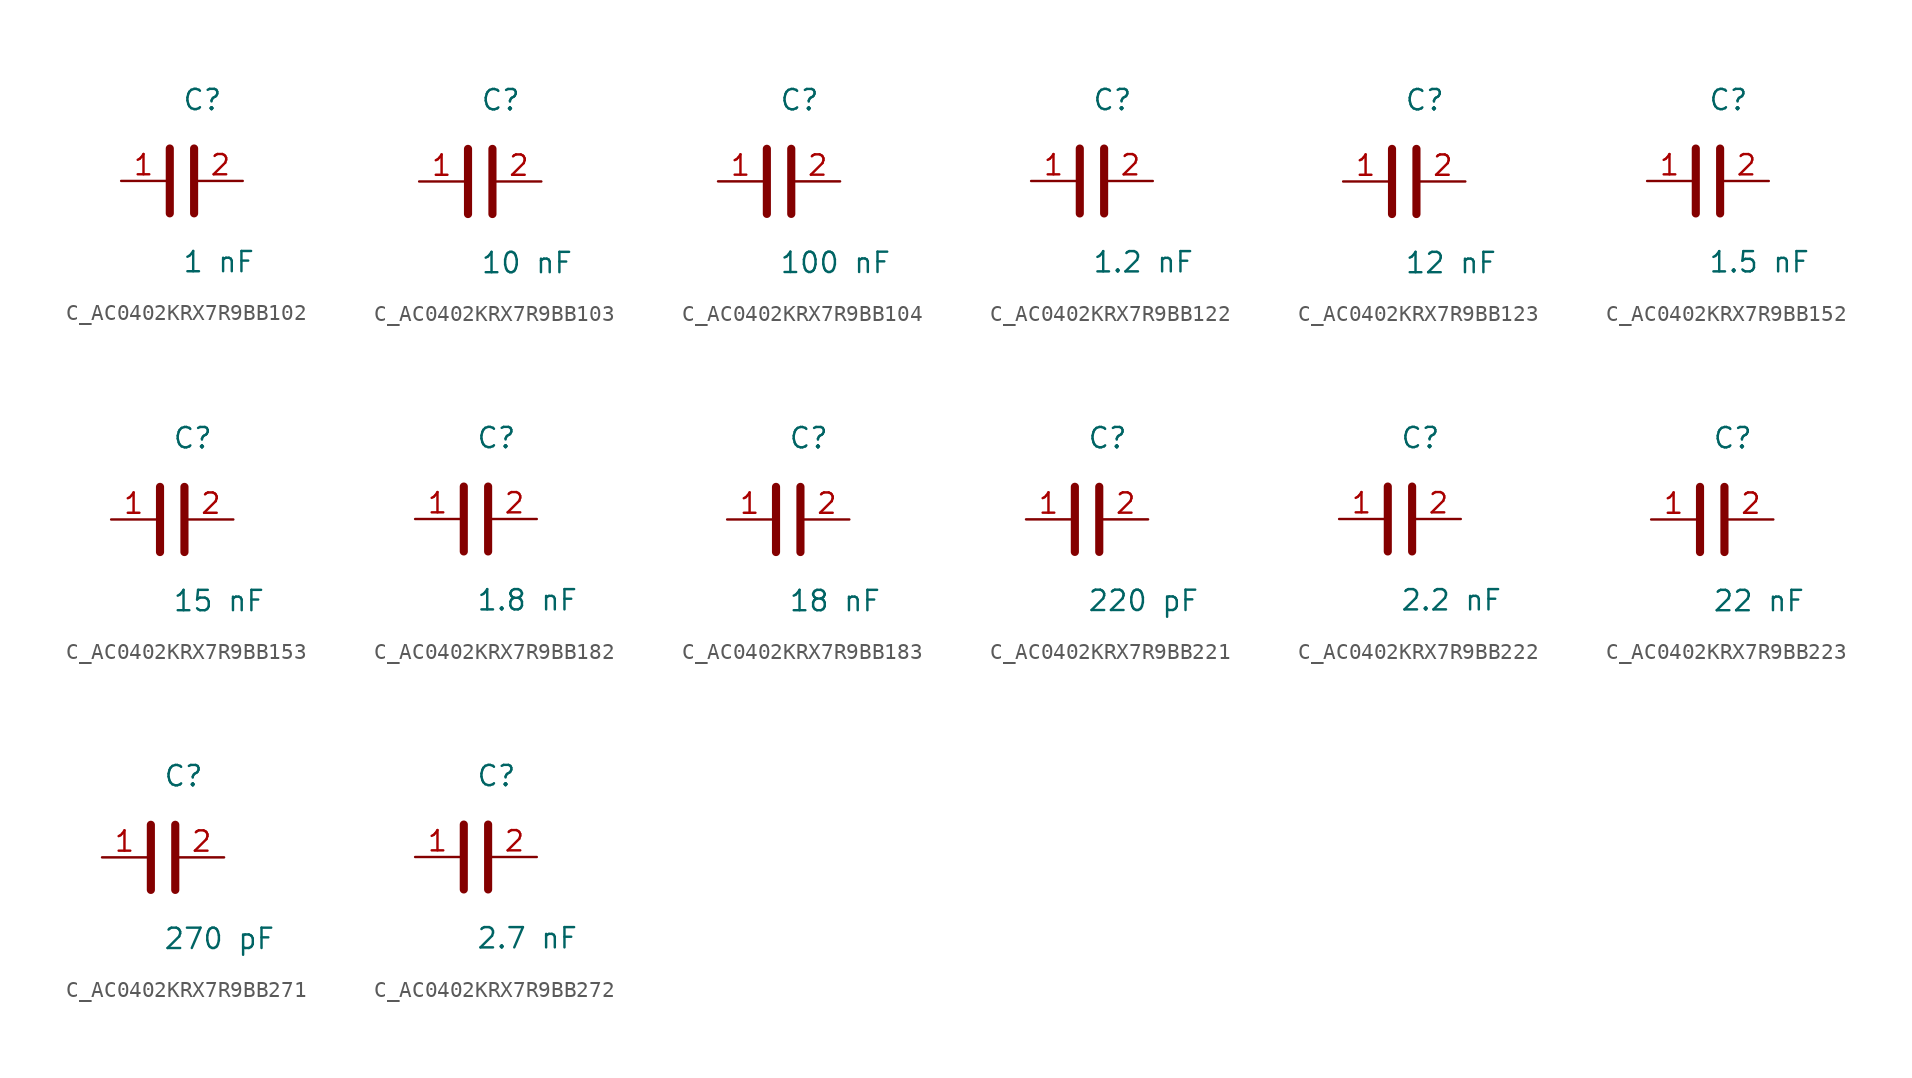
<source format=kicad_sym>
(kicad_symbol_lib
  (version 20231120)
  (generator kicad_symbol_editor)
  (generator_version 8.0)
  (symbol "C_AC0402KRX7R9BB102"
    (pin_names
      (offset 0.254))
    (property "Reference" "C"
      (at 0.0 5.08 0)
      (effects (font (size 1.27 1.27)) (justify left)))
    (property "Value" "1 nF"
      (at 0.0 -5.08 0)
      (effects (font (size 1.27 1.27)) (justify left)))
    (symbol "C_AC0402KRX7R9BB102_0_1"
      (polyline (pts (xy -0.762 -2.032) (xy -0.762 2.032)) (stroke (width 0.508) (type default)) (fill (type none)))
      (polyline (pts (xy 0.762 -2.032) (xy 0.762 2.032)) (stroke (width 0.508) (type default)) (fill (type none))))
    (pin unspecified line
      (at -3.81 0 0)
      (length 2.8)
      (name "" (effects (font (size 1.27 1.27))))
      (number "1" (effects (font (size 1.27 1.27)))))
    (pin unspecified line
      (at 3.81 0 180)
      (length 2.8)
      (name "" (effects (font (size 1.27 1.27))))
      (number "2" (effects (font (size 1.27 1.27))))))
  (symbol "C_AC0402KRX7R9BB103"
    (pin_names
      (offset 0.254))
    (property "Reference" "C"
      (at 0.0 5.08 0)
      (effects (font (size 1.27 1.27)) (justify left)))
    (property "Value" "10 nF"
      (at 0.0 -5.08 0)
      (effects (font (size 1.27 1.27)) (justify left)))
    (symbol "C_AC0402KRX7R9BB103_0_1"
      (polyline (pts (xy -0.762 -2.032) (xy -0.762 2.032)) (stroke (width 0.508) (type default)) (fill (type none)))
      (polyline (pts (xy 0.762 -2.032) (xy 0.762 2.032)) (stroke (width 0.508) (type default)) (fill (type none))))
    (pin unspecified line
      (at -3.81 0 0)
      (length 2.8)
      (name "" (effects (font (size 1.27 1.27))))
      (number "1" (effects (font (size 1.27 1.27)))))
    (pin unspecified line
      (at 3.81 0 180)
      (length 2.8)
      (name "" (effects (font (size 1.27 1.27))))
      (number "2" (effects (font (size 1.27 1.27))))))
  (symbol "C_AC0402KRX7R9BB104"
    (pin_names
      (offset 0.254))
    (property "Reference" "C"
      (at 0.0 5.08 0)
      (effects (font (size 1.27 1.27)) (justify left)))
    (property "Value" "100 nF"
      (at 0.0 -5.08 0)
      (effects (font (size 1.27 1.27)) (justify left)))
    (symbol "C_AC0402KRX7R9BB104_0_1"
      (polyline (pts (xy -0.762 -2.032) (xy -0.762 2.032)) (stroke (width 0.508) (type default)) (fill (type none)))
      (polyline (pts (xy 0.762 -2.032) (xy 0.762 2.032)) (stroke (width 0.508) (type default)) (fill (type none))))
    (pin unspecified line
      (at -3.81 0 0)
      (length 2.8)
      (name "" (effects (font (size 1.27 1.27))))
      (number "1" (effects (font (size 1.27 1.27)))))
    (pin unspecified line
      (at 3.81 0 180)
      (length 2.8)
      (name "" (effects (font (size 1.27 1.27))))
      (number "2" (effects (font (size 1.27 1.27))))))
  (symbol "C_AC0402KRX7R9BB122"
    (pin_names
      (offset 0.254))
    (property "Reference" "C"
      (at 0.0 5.08 0)
      (effects (font (size 1.27 1.27)) (justify left)))
    (property "Value" "1.2 nF"
      (at 0.0 -5.08 0)
      (effects (font (size 1.27 1.27)) (justify left)))
    (symbol "C_AC0402KRX7R9BB122_0_1"
      (polyline (pts (xy -0.762 -2.032) (xy -0.762 2.032)) (stroke (width 0.508) (type default)) (fill (type none)))
      (polyline (pts (xy 0.762 -2.032) (xy 0.762 2.032)) (stroke (width 0.508) (type default)) (fill (type none))))
    (pin unspecified line
      (at -3.81 0 0)
      (length 2.8)
      (name "" (effects (font (size 1.27 1.27))))
      (number "1" (effects (font (size 1.27 1.27)))))
    (pin unspecified line
      (at 3.81 0 180)
      (length 2.8)
      (name "" (effects (font (size 1.27 1.27))))
      (number "2" (effects (font (size 1.27 1.27))))))
  (symbol "C_AC0402KRX7R9BB123"
    (pin_names
      (offset 0.254))
    (property "Reference" "C"
      (at 0.0 5.08 0)
      (effects (font (size 1.27 1.27)) (justify left)))
    (property "Value" "12 nF"
      (at 0.0 -5.08 0)
      (effects (font (size 1.27 1.27)) (justify left)))
    (symbol "C_AC0402KRX7R9BB123_0_1"
      (polyline (pts (xy -0.762 -2.032) (xy -0.762 2.032)) (stroke (width 0.508) (type default)) (fill (type none)))
      (polyline (pts (xy 0.762 -2.032) (xy 0.762 2.032)) (stroke (width 0.508) (type default)) (fill (type none))))
    (pin unspecified line
      (at -3.81 0 0)
      (length 2.8)
      (name "" (effects (font (size 1.27 1.27))))
      (number "1" (effects (font (size 1.27 1.27)))))
    (pin unspecified line
      (at 3.81 0 180)
      (length 2.8)
      (name "" (effects (font (size 1.27 1.27))))
      (number "2" (effects (font (size 1.27 1.27))))))
  (symbol "C_AC0402KRX7R9BB152"
    (pin_names
      (offset 0.254))
    (property "Reference" "C"
      (at 0.0 5.08 0)
      (effects (font (size 1.27 1.27)) (justify left)))
    (property "Value" "1.5 nF"
      (at 0.0 -5.08 0)
      (effects (font (size 1.27 1.27)) (justify left)))
    (symbol "C_AC0402KRX7R9BB152_0_1"
      (polyline (pts (xy -0.762 -2.032) (xy -0.762 2.032)) (stroke (width 0.508) (type default)) (fill (type none)))
      (polyline (pts (xy 0.762 -2.032) (xy 0.762 2.032)) (stroke (width 0.508) (type default)) (fill (type none))))
    (pin unspecified line
      (at -3.81 0 0)
      (length 2.8)
      (name "" (effects (font (size 1.27 1.27))))
      (number "1" (effects (font (size 1.27 1.27)))))
    (pin unspecified line
      (at 3.81 0 180)
      (length 2.8)
      (name "" (effects (font (size 1.27 1.27))))
      (number "2" (effects (font (size 1.27 1.27))))))
  (symbol "C_AC0402KRX7R9BB153"
    (pin_names
      (offset 0.254))
    (property "Reference" "C"
      (at 0.0 5.08 0)
      (effects (font (size 1.27 1.27)) (justify left)))
    (property "Value" "15 nF"
      (at 0.0 -5.08 0)
      (effects (font (size 1.27 1.27)) (justify left)))
    (symbol "C_AC0402KRX7R9BB153_0_1"
      (polyline (pts (xy -0.762 -2.032) (xy -0.762 2.032)) (stroke (width 0.508) (type default)) (fill (type none)))
      (polyline (pts (xy 0.762 -2.032) (xy 0.762 2.032)) (stroke (width 0.508) (type default)) (fill (type none))))
    (pin unspecified line
      (at -3.81 0 0)
      (length 2.8)
      (name "" (effects (font (size 1.27 1.27))))
      (number "1" (effects (font (size 1.27 1.27)))))
    (pin unspecified line
      (at 3.81 0 180)
      (length 2.8)
      (name "" (effects (font (size 1.27 1.27))))
      (number "2" (effects (font (size 1.27 1.27))))))
  (symbol "C_AC0402KRX7R9BB182"
    (pin_names
      (offset 0.254))
    (property "Reference" "C"
      (at 0.0 5.08 0)
      (effects (font (size 1.27 1.27)) (justify left)))
    (property "Value" "1.8 nF"
      (at 0.0 -5.08 0)
      (effects (font (size 1.27 1.27)) (justify left)))
    (symbol "C_AC0402KRX7R9BB182_0_1"
      (polyline (pts (xy -0.762 -2.032) (xy -0.762 2.032)) (stroke (width 0.508) (type default)) (fill (type none)))
      (polyline (pts (xy 0.762 -2.032) (xy 0.762 2.032)) (stroke (width 0.508) (type default)) (fill (type none))))
    (pin unspecified line
      (at -3.81 0 0)
      (length 2.8)
      (name "" (effects (font (size 1.27 1.27))))
      (number "1" (effects (font (size 1.27 1.27)))))
    (pin unspecified line
      (at 3.81 0 180)
      (length 2.8)
      (name "" (effects (font (size 1.27 1.27))))
      (number "2" (effects (font (size 1.27 1.27))))))
  (symbol "C_AC0402KRX7R9BB183"
    (pin_names
      (offset 0.254))
    (property "Reference" "C"
      (at 0.0 5.08 0)
      (effects (font (size 1.27 1.27)) (justify left)))
    (property "Value" "18 nF"
      (at 0.0 -5.08 0)
      (effects (font (size 1.27 1.27)) (justify left)))
    (symbol "C_AC0402KRX7R9BB183_0_1"
      (polyline (pts (xy -0.762 -2.032) (xy -0.762 2.032)) (stroke (width 0.508) (type default)) (fill (type none)))
      (polyline (pts (xy 0.762 -2.032) (xy 0.762 2.032)) (stroke (width 0.508) (type default)) (fill (type none))))
    (pin unspecified line
      (at -3.81 0 0)
      (length 2.8)
      (name "" (effects (font (size 1.27 1.27))))
      (number "1" (effects (font (size 1.27 1.27)))))
    (pin unspecified line
      (at 3.81 0 180)
      (length 2.8)
      (name "" (effects (font (size 1.27 1.27))))
      (number "2" (effects (font (size 1.27 1.27))))))
  (symbol "C_AC0402KRX7R9BB221"
    (pin_names
      (offset 0.254))
    (property "Reference" "C"
      (at 0.0 5.08 0)
      (effects (font (size 1.27 1.27)) (justify left)))
    (property "Value" "220 pF"
      (at 0.0 -5.08 0)
      (effects (font (size 1.27 1.27)) (justify left)))
    (symbol "C_AC0402KRX7R9BB221_0_1"
      (polyline (pts (xy -0.762 -2.032) (xy -0.762 2.032)) (stroke (width 0.508) (type default)) (fill (type none)))
      (polyline (pts (xy 0.762 -2.032) (xy 0.762 2.032)) (stroke (width 0.508) (type default)) (fill (type none))))
    (pin unspecified line
      (at -3.81 0 0)
      (length 2.8)
      (name "" (effects (font (size 1.27 1.27))))
      (number "1" (effects (font (size 1.27 1.27)))))
    (pin unspecified line
      (at 3.81 0 180)
      (length 2.8)
      (name "" (effects (font (size 1.27 1.27))))
      (number "2" (effects (font (size 1.27 1.27))))))
  (symbol "C_AC0402KRX7R9BB222"
    (pin_names
      (offset 0.254))
    (property "Reference" "C"
      (at 0.0 5.08 0)
      (effects (font (size 1.27 1.27)) (justify left)))
    (property "Value" "2.2 nF"
      (at 0.0 -5.08 0)
      (effects (font (size 1.27 1.27)) (justify left)))
    (symbol "C_AC0402KRX7R9BB222_0_1"
      (polyline (pts (xy -0.762 -2.032) (xy -0.762 2.032)) (stroke (width 0.508) (type default)) (fill (type none)))
      (polyline (pts (xy 0.762 -2.032) (xy 0.762 2.032)) (stroke (width 0.508) (type default)) (fill (type none))))
    (pin unspecified line
      (at -3.81 0 0)
      (length 2.8)
      (name "" (effects (font (size 1.27 1.27))))
      (number "1" (effects (font (size 1.27 1.27)))))
    (pin unspecified line
      (at 3.81 0 180)
      (length 2.8)
      (name "" (effects (font (size 1.27 1.27))))
      (number "2" (effects (font (size 1.27 1.27))))))
  (symbol "C_AC0402KRX7R9BB223"
    (pin_names
      (offset 0.254))
    (property "Reference" "C"
      (at 0.0 5.08 0)
      (effects (font (size 1.27 1.27)) (justify left)))
    (property "Value" "22 nF"
      (at 0.0 -5.08 0)
      (effects (font (size 1.27 1.27)) (justify left)))
    (symbol "C_AC0402KRX7R9BB223_0_1"
      (polyline (pts (xy -0.762 -2.032) (xy -0.762 2.032)) (stroke (width 0.508) (type default)) (fill (type none)))
      (polyline (pts (xy 0.762 -2.032) (xy 0.762 2.032)) (stroke (width 0.508) (type default)) (fill (type none))))
    (pin unspecified line
      (at -3.81 0 0)
      (length 2.8)
      (name "" (effects (font (size 1.27 1.27))))
      (number "1" (effects (font (size 1.27 1.27)))))
    (pin unspecified line
      (at 3.81 0 180)
      (length 2.8)
      (name "" (effects (font (size 1.27 1.27))))
      (number "2" (effects (font (size 1.27 1.27))))))
  (symbol "C_AC0402KRX7R9BB271"
    (pin_names
      (offset 0.254))
    (property "Reference" "C"
      (at 0.0 5.08 0)
      (effects (font (size 1.27 1.27)) (justify left)))
    (property "Value" "270 pF"
      (at 0.0 -5.08 0)
      (effects (font (size 1.27 1.27)) (justify left)))
    (symbol "C_AC0402KRX7R9BB271_0_1"
      (polyline (pts (xy -0.762 -2.032) (xy -0.762 2.032)) (stroke (width 0.508) (type default)) (fill (type none)))
      (polyline (pts (xy 0.762 -2.032) (xy 0.762 2.032)) (stroke (width 0.508) (type default)) (fill (type none))))
    (pin unspecified line
      (at -3.81 0 0)
      (length 2.8)
      (name "" (effects (font (size 1.27 1.27))))
      (number "1" (effects (font (size 1.27 1.27)))))
    (pin unspecified line
      (at 3.81 0 180)
      (length 2.8)
      (name "" (effects (font (size 1.27 1.27))))
      (number "2" (effects (font (size 1.27 1.27))))))
  (symbol "C_AC0402KRX7R9BB272"
    (pin_names
      (offset 0.254))
    (property "Reference" "C"
      (at 0.0 5.08 0)
      (effects (font (size 1.27 1.27)) (justify left)))
    (property "Value" "2.7 nF"
      (at 0.0 -5.08 0)
      (effects (font (size 1.27 1.27)) (justify left)))
    (symbol "C_AC0402KRX7R9BB272_0_1"
      (polyline (pts (xy -0.762 -2.032) (xy -0.762 2.032)) (stroke (width 0.508) (type default)) (fill (type none)))
      (polyline (pts (xy 0.762 -2.032) (xy 0.762 2.032)) (stroke (width 0.508) (type default)) (fill (type none))))
    (pin unspecified line
      (at -3.81 0 0)
      (length 2.8)
      (name "" (effects (font (size 1.27 1.27))))
      (number "1" (effects (font (size 1.27 1.27)))))
    (pin unspecified line
      (at 3.81 0 180)
      (length 2.8)
      (name "" (effects (font (size 1.27 1.27))))
      (number "2" (effects (font (size 1.27 1.27)))))))
</source>
